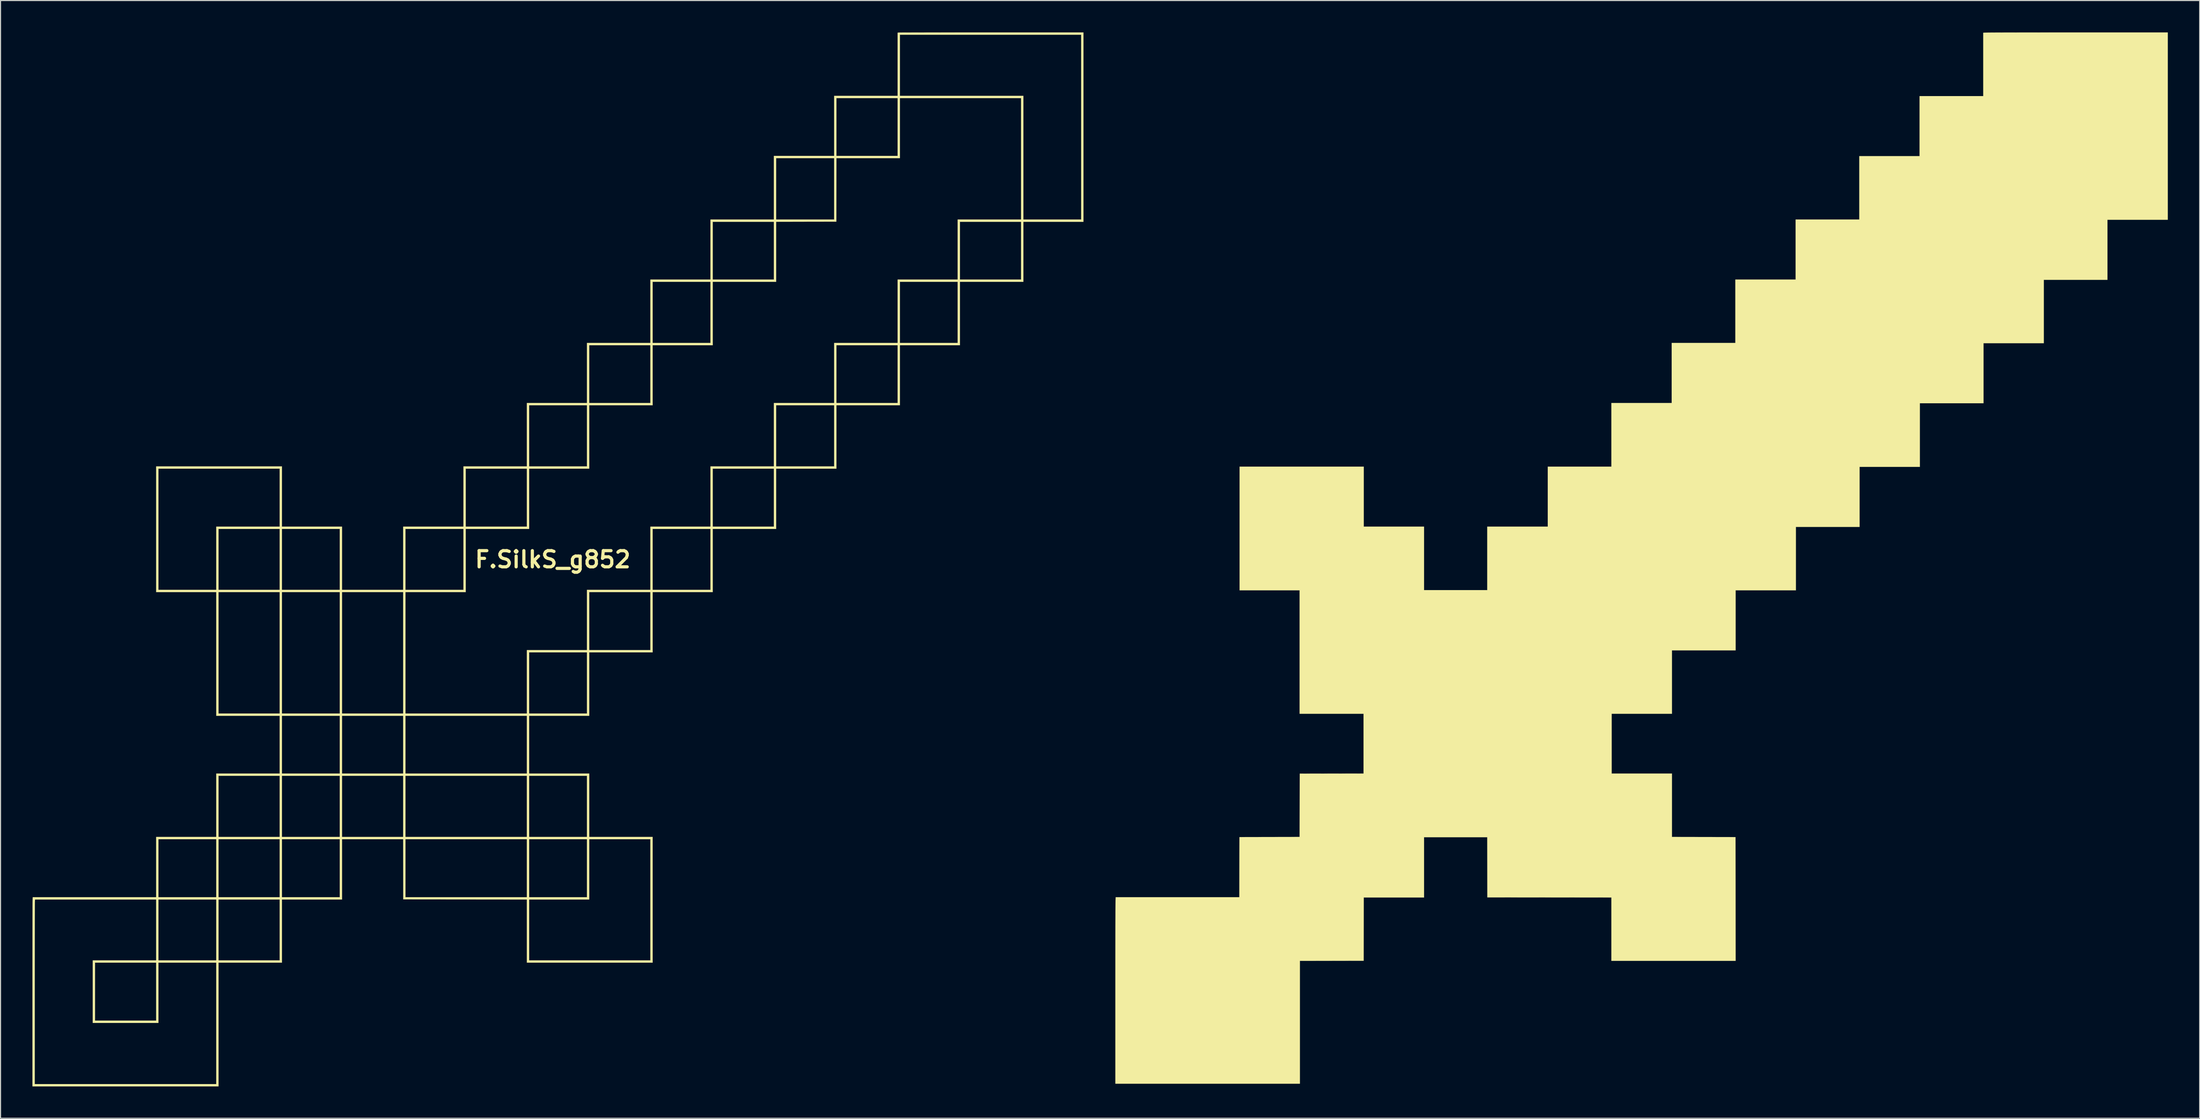
<source format=kicad_pcb>
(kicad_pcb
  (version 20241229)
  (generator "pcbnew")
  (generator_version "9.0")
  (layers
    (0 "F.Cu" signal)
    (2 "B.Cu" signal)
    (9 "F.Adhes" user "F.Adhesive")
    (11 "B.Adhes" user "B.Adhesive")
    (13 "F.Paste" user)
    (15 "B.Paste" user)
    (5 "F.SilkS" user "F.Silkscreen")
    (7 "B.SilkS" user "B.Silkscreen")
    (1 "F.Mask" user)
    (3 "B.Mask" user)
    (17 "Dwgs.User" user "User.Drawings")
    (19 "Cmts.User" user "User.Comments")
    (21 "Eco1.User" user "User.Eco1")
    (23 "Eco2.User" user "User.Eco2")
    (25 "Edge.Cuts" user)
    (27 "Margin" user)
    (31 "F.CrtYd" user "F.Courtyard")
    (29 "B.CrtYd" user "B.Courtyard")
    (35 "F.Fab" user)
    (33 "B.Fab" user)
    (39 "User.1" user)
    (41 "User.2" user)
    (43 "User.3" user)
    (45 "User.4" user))
  (footprint "F.SilkS_g852"
    (layer "F.Cu")
    (at 48.964 49.62)
    (property "Reference" "F.SilkS_g852" (at 0 0 0) (layer "F.SilkS") (effects (font (size 1.524 1.524) (thickness 0.3))))
    (attr through_hole)
    (fp_poly (pts (xy 49.932 -31.792) (xy 44.281 -31.792) (xy 44.281 -26.141) (xy 38.312 -26.141) (xy 38.312 -20.172) (xy 32.66 -20.172) (xy 32.66 -14.52) (xy 26.691 -14.52) (xy 26.691 -8.551) (xy 21.018 -8.551) (xy 21.018 -2.879) (xy 15.05 -2.879) (xy 15.05 3.069) (xy 9.398 3.069) (xy 9.398 8.742) (xy 3.429 8.742) (xy 3.429 14.711) (xy -2.223 14.711) (xy -2.223 20.151) (xy 3.429 20.151) (xy 3.429 26.12) (xy 9.398 26.12) (xy 9.398 37.952) (xy -2.434 37.952) (xy -2.434 32.004) (xy -2.517 32.004) (xy -2.223 32.004) (xy -2.223 37.74) (xy 9.186 37.74) (xy 9.186 26.331) (xy 3.429 26.331) (xy 3.429 32.004) (xy -2.223 32.004) (xy -2.517 32.004) (xy -8.25 31.999) (xy -14.065 31.993) (xy -14.071 29.162) (xy -14.076 26.331) (xy -13.864 26.331) (xy -13.864 31.792) (xy -2.434 31.792) (xy -2.434 26.331) (xy -2.223 26.331) (xy -2.223 31.792) (xy 3.217 31.792) (xy 3.217 26.331) (xy -2.223 26.331) (xy -2.434 26.331) (xy -13.864 26.331) (xy -14.076 26.331) (xy -19.833 26.331) (xy -19.833 32.004) (xy -25.485 32.004) (xy -25.485 37.952) (xy -31.454 37.952) (xy -31.454 49.593) (xy -48.959 49.593) (xy -48.959 49.382) (xy -48.747 49.382) (xy -31.665 49.382) (xy -31.665 37.952) (xy -37.105 37.952) (xy -37.105 43.624) (xy -43.286 43.624) (xy -43.286 37.952) (xy -43.074 37.952) (xy -43.074 43.413) (xy -37.317 43.413) (xy -37.317 37.952) (xy -43.074 37.952) (xy -43.286 37.952) (xy -43.286 37.74) (xy -37.317 37.74) (xy -37.317 32.004) (xy -37.105 32.004) (xy -37.105 37.74) (xy -31.665 37.74) (xy -31.665 32.004) (xy -31.454 32.004) (xy -31.454 37.74) (xy -25.696 37.74) (xy -25.696 32.004) (xy -31.454 32.004) (xy -31.665 32.004) (xy -37.105 32.004) (xy -37.317 32.004) (xy -48.719 32.004) (xy -48.733 32.242) (xy -48.734 32.28) (xy -48.735 32.359) (xy -48.736 32.477) (xy -48.737 32.633) (xy -48.738 32.826) (xy -48.738 33.053) (xy -48.739 33.314) (xy -48.74 33.607) (xy -48.741 33.931) (xy -48.742 34.283) (xy -48.742 34.663) (xy -48.743 35.07) (xy -48.744 35.501) (xy -48.744 35.955) (xy -48.745 36.431) (xy -48.745 36.928) (xy -48.745 37.443) (xy -48.746 37.975) (xy -48.746 38.523) (xy -48.746 39.086) (xy -48.747 39.661) (xy -48.747 40.248) (xy -48.747 40.845) (xy -48.747 40.931) (xy -48.747 49.382) (xy -48.959 49.382) (xy -48.959 41.109) (xy -48.958 40.508) (xy -48.958 39.916) (xy -48.958 39.334) (xy -48.958 38.764) (xy -48.958 38.208) (xy -48.957 37.666) (xy -48.957 37.141) (xy -48.956 36.634) (xy -48.956 36.147) (xy -48.955 35.68) (xy -48.955 35.236) (xy -48.954 34.816) (xy -48.953 34.422) (xy -48.953 34.054) (xy -48.952 33.715) (xy -48.951 33.406) (xy -48.95 33.129) (xy -48.949 32.885) (xy -48.949 32.675) (xy -48.948 32.502) (xy -48.947 32.366) (xy -48.946 32.269) (xy -48.945 32.213) (xy -48.945 32.208) (xy -48.931 31.792) (xy -37.317 31.792) (xy -37.317 26.331) (xy -37.105 26.331) (xy -37.105 31.792) (xy -31.665 31.792) (xy -31.665 26.331) (xy -31.454 26.331) (xy -31.454 31.792) (xy -25.696 31.792) (xy -25.696 26.331) (xy -25.485 26.331) (xy -25.485 31.792) (xy -20.045 31.792) (xy -20.045 26.331) (xy -25.485 26.331) (xy -25.696 26.331) (xy -31.454 26.331) (xy -31.665 26.331) (xy -37.105 26.331) (xy -37.317 26.331) (xy -37.317 26.12) (xy -31.665 26.12) (xy -31.665 20.362) (xy -31.454 20.362) (xy -31.454 26.12) (xy -25.696 26.12) (xy -25.696 20.362) (xy -25.485 20.362) (xy -25.485 26.12) (xy -20.045 26.12) (xy -20.045 20.362) (xy -19.833 20.362) (xy -19.833 26.12) (xy -14.076 26.12) (xy -14.076 20.362) (xy -13.864 20.362) (xy -13.864 26.12) (xy -2.434 26.12) (xy -2.434 20.362) (xy -2.223 20.362) (xy -2.223 26.12) (xy 3.217 26.12) (xy 3.217 20.362) (xy -2.223 20.362) (xy -2.434 20.362) (xy -13.864 20.362) (xy -14.076 20.362) (xy -19.833 20.362) (xy -20.045 20.362) (xy -25.485 20.362) (xy -25.696 20.362) (xy -31.454 20.362) (xy -31.665 20.362) (xy -31.665 20.151) (xy -25.696 20.151) (xy -25.696 14.711) (xy -25.485 14.711) (xy -25.485 20.151) (xy -20.045 20.151) (xy -20.045 14.711) (xy -19.833 14.711) (xy -19.833 20.151) (xy -14.076 20.151) (xy -14.076 14.711) (xy -13.864 14.711) (xy -13.864 20.151) (xy -2.434 20.151) (xy -2.434 14.711) (xy -13.864 14.711) (xy -14.076 14.711) (xy -19.833 14.711) (xy -20.045 14.711) (xy -25.485 14.711) (xy -25.696 14.711) (xy -31.665 14.711) (xy -31.665 3.069) (xy -31.454 3.069) (xy -31.454 14.499) (xy -25.696 14.499) (xy -25.696 3.069) (xy -25.485 3.069) (xy -25.485 14.499) (xy -20.045 14.499) (xy -20.045 3.069) (xy -19.833 3.069) (xy -19.833 14.499) (xy -14.076 14.499) (xy -14.076 3.069) (xy -13.864 3.069) (xy -13.864 14.499) (xy -2.434 14.499) (xy -2.434 8.742) (xy -2.223 8.742) (xy -2.223 14.499) (xy 3.217 14.499) (xy 3.217 8.742) (xy -2.223 8.742) (xy -2.434 8.742) (xy -2.434 8.53) (xy 3.217 8.53) (xy 3.217 3.069) (xy 3.429 3.069) (xy 3.429 8.53) (xy 9.186 8.53) (xy 9.186 3.069) (xy 3.429 3.069) (xy 3.217 3.069) (xy 3.217 2.857) (xy 9.186 2.857) (xy 9.186 -2.879) (xy 9.398 -2.879) (xy 9.398 2.857) (xy 14.838 2.857) (xy 14.838 -2.879) (xy 9.398 -2.879) (xy 9.186 -2.879) (xy 9.186 -3.09) (xy 14.838 -3.09) (xy 14.838 -8.551) (xy 15.05 -8.551) (xy 15.05 -3.09) (xy 20.807 -3.09) (xy 20.807 -8.551) (xy 15.05 -8.551) (xy 14.838 -8.551) (xy 14.838 -8.763) (xy 20.807 -8.763) (xy 20.807 -14.52) (xy 21.018 -14.52) (xy 21.018 -8.763) (xy 26.48 -8.763) (xy 26.48 -14.52) (xy 21.018 -14.52) (xy 20.807 -14.52) (xy 20.807 -14.732) (xy 26.48 -14.732) (xy 26.48 -20.172) (xy 26.691 -20.172) (xy 26.691 -14.732) (xy 32.449 -14.732) (xy 32.449 -20.172) (xy 26.691 -20.172) (xy 26.48 -20.172) (xy 26.48 -20.384) (xy 32.449 -20.384) (xy 32.449 -26.141) (xy 32.66 -26.141) (xy 32.66 -20.384) (xy 38.1 -20.384) (xy 38.1 -26.141) (xy 32.66 -26.141) (xy 32.449 -26.141) (xy 32.449 -26.352) (xy 38.1 -26.352) (xy 38.1 -31.792) (xy 38.312 -31.792) (xy 38.312 -26.352) (xy 44.069 -26.352) (xy 44.069 -31.792) (xy 38.312 -31.792) (xy 38.1 -31.792) (xy 38.1 -32.004) (xy 44.069 -32.004) (xy 44.069 -43.434) (xy 32.66 -43.434) (xy 32.66 -37.782) (xy 26.691 -37.782) (xy 26.686 -34.793) (xy 26.681 -31.803) (xy 23.85 -31.798) (xy 21.018 -31.792) (xy 21.018 -26.141) (xy 15.05 -26.141) (xy 15.05 -20.172) (xy 9.398 -20.172) (xy 9.398 -14.52) (xy 3.429 -14.52) (xy 3.429 -8.551) (xy -2.223 -8.551) (xy -2.223 -2.879) (xy -8.191 -2.879) (xy -8.191 3.069) (xy -13.864 3.069) (xy -14.076 3.069) (xy -19.833 3.069) (xy -20.045 3.069) (xy -25.485 3.069) (xy -25.696 3.069) (xy -31.454 3.069) (xy -31.665 3.069) (xy -37.317 3.069) (xy -37.317 -8.551) (xy -37.105 -8.551) (xy -37.105 2.857) (xy -31.665 2.857) (xy -31.665 -2.879) (xy -31.454 -2.879) (xy -31.454 2.857) (xy -25.696 2.857) (xy -25.696 -2.879) (xy -25.485 -2.879) (xy -25.485 2.857) (xy -20.045 2.857) (xy -20.045 -2.879) (xy -25.485 -2.879) (xy -25.696 -2.879) (xy -31.454 -2.879) (xy -31.665 -2.879) (xy -31.665 -3.09) (xy -25.696 -3.09) (xy -25.696 -8.551) (xy -37.105 -8.551) (xy -37.317 -8.551) (xy -37.317 -8.763) (xy -25.485 -8.763) (xy -25.485 -3.09) (xy -19.833 -3.09) (xy -19.833 2.857) (xy -14.076 2.857) (xy -14.076 -2.879) (xy -13.864 -2.879) (xy -13.864 2.857) (xy -8.403 2.857) (xy -8.403 -2.879) (xy -13.864 -2.879) (xy -14.076 -2.879) (xy -14.076 -3.09) (xy -8.403 -3.09) (xy -8.403 -8.551) (xy -8.191 -8.551) (xy -8.191 -3.09) (xy -2.434 -3.09) (xy -2.434 -8.551) (xy -8.191 -8.551) (xy -8.403 -8.551) (xy -8.403 -8.763) (xy -2.434 -8.763) (xy -2.434 -14.52) (xy -2.223 -14.52) (xy -2.223 -8.763) (xy 3.217 -8.763) (xy 3.217 -14.52) (xy -2.223 -14.52) (xy -2.434 -14.52) (xy -2.434 -14.732) (xy 3.217 -14.732) (xy 3.217 -20.172) (xy 3.429 -20.172) (xy 3.429 -14.732) (xy 9.186 -14.732) (xy 9.186 -20.172) (xy 3.429 -20.172) (xy 3.217 -20.172) (xy 3.217 -20.384) (xy 9.186 -20.384) (xy 9.186 -26.141) (xy 9.398 -26.141) (xy 9.398 -20.384) (xy 14.838 -20.384) (xy 14.838 -26.141) (xy 9.398 -26.141) (xy 9.186 -26.141) (xy 9.186 -26.352) (xy 14.838 -26.352) (xy 14.838 -31.792) (xy 15.05 -31.792) (xy 15.05 -26.352) (xy 20.807 -26.352) (xy 20.807 -31.792) (xy 15.05 -31.792) (xy 14.838 -31.792) (xy 14.838 -32.004) (xy 20.807 -32.004) (xy 20.807 -37.782) (xy 21.018 -37.782) (xy 21.018 -32.004) (xy 26.48 -32.004) (xy 26.48 -37.782) (xy 21.018 -37.782) (xy 20.807 -37.782) (xy 20.807 -37.994) (xy 26.48 -37.994) (xy 26.48 -43.434) (xy 26.691 -43.434) (xy 26.691 -37.994) (xy 32.449 -37.994) (xy 32.449 -43.434) (xy 26.691 -43.434) (xy 26.48 -43.434) (xy 26.48 -43.646) (xy 32.449 -43.646) (xy 32.449 -49.403) (xy 32.66 -49.403) (xy 32.66 -43.646) (xy 44.281 -43.646) (xy 44.281 -32.004) (xy 49.721 -32.004) (xy 49.721 -49.403) (xy 32.66 -49.403) (xy 32.449 -49.403) (xy 32.449 -49.588) (xy 32.547 -49.601) (xy 32.575 -49.602) (xy 32.643 -49.603) (xy 32.752 -49.604) (xy 32.898 -49.605) (xy 33.081 -49.606) (xy 33.299 -49.607) (xy 33.551 -49.607) (xy 33.835 -49.608) (xy 34.15 -49.609) (xy 34.495 -49.61) (xy 34.868 -49.61) (xy 35.268 -49.611) (xy 35.692 -49.611) (xy 36.141 -49.612) (xy 36.612 -49.613) (xy 37.104 -49.613) (xy 37.616 -49.613) (xy 38.145 -49.614) (xy 38.692 -49.614) (xy 39.253 -49.614) (xy 39.829 -49.614) (xy 40.417 -49.615) (xy 41.016 -49.615) (xy 41.289 -49.615) (xy 49.932 -49.615) (xy 49.932 -31.792)) (stroke (width 0.01) (type solid)) (fill yes) (layer "F.SilkS")))
  (footprint "F.SilkS_g3377"
    (layer "F.Cu")
    (at 151.287 48.964)
    (property "Reference" "F.SilkS_g3377" (at 0 0 0) (layer "F.SilkS") (effects (font (size 1.524 1.524) (thickness 0.3))))
    (attr through_hole)
    (fp_poly (pts (xy 49.636 -31.327) (xy 43.963 -31.327) (xy 43.963 -25.675) (xy 37.973 -25.675) (xy 37.973 -19.706) (xy 32.3 -19.706) (xy 32.3 -14.055) (xy 26.31 -14.055) (xy 26.31 -8.065) (xy 20.637 -8.065) (xy 20.637 -2.413) (xy 14.647 -2.413) (xy 14.647 3.556) (xy 8.975 3.556) (xy 8.975 9.207) (xy 2.985 9.207) (xy 2.985 15.177) (xy -2.688 15.177) (xy -2.688 20.807) (xy 2.985 20.807) (xy 2.985 26.776) (xy 5.974 26.781) (xy 8.964 26.786) (xy 8.969 32.613) (xy 8.975 38.439) (xy -2.709 38.439) (xy -2.709 32.47) (xy -8.546 32.464) (xy -14.383 32.459) (xy -14.388 29.628) (xy -14.393 26.797) (xy -20.341 26.797) (xy -20.341 32.47) (xy -26.014 32.47) (xy -26.019 35.449) (xy -26.024 38.428) (xy -32.025 38.439) (xy -32.025 49.996) (xy -49.382 49.996) (xy -49.382 41.479) (xy -49.382 40.879) (xy -49.382 40.288) (xy -49.382 39.708) (xy -49.381 39.141) (xy -49.381 38.587) (xy -49.381 38.05) (xy -49.38 37.529) (xy -49.38 37.027) (xy -49.379 36.545) (xy -49.379 36.084) (xy -49.378 35.646) (xy -49.378 35.232) (xy -49.377 34.845) (xy -49.376 34.484) (xy -49.375 34.153) (xy -49.375 33.851) (xy -49.374 33.581) (xy -49.373 33.345) (xy -49.372 33.143) (xy -49.371 32.977) (xy -49.37 32.849) (xy -49.369 32.76) (xy -49.368 32.711) (xy -49.368 32.706) (xy -49.354 32.449) (xy -37.719 32.449) (xy -37.714 29.617) (xy -37.708 26.786) (xy -34.877 26.781) (xy -32.046 26.776) (xy -32.041 23.797) (xy -32.036 20.817) (xy -29.035 20.812) (xy -26.035 20.807) (xy -26.035 15.177) (xy -32.046 15.177) (xy -32.046 3.556) (xy -37.698 3.556) (xy -37.698 -8.086) (xy -26.014 -8.086) (xy -26.014 -2.434) (xy -20.341 -2.434) (xy -20.341 3.535) (xy -14.393 3.535) (xy -14.393 -2.434) (xy -8.7 -2.434) (xy -8.7 -8.086) (xy -2.709 -8.086) (xy -2.709 -14.076) (xy 2.963 -14.076) (xy 2.963 -19.727) (xy 8.954 -19.727) (xy 8.954 -25.696) (xy 14.626 -25.696) (xy 14.626 -31.348) (xy 20.616 -31.348) (xy 20.616 -37.317) (xy 26.289 -37.317) (xy 26.289 -42.968) (xy 32.279 -42.968) (xy 32.279 -48.931) (xy 32.771 -48.944) (xy 32.828 -48.945) (xy 32.925 -48.946) (xy 33.062 -48.947) (xy 33.236 -48.948) (xy 33.447 -48.949) (xy 33.692 -48.95) (xy 33.97 -48.951) (xy 34.279 -48.952) (xy 34.618 -48.953) (xy 34.986 -48.953) (xy 35.38 -48.954) (xy 35.8 -48.955) (xy 36.243 -48.955) (xy 36.708 -48.956) (xy 37.194 -48.956) (xy 37.698 -48.957) (xy 38.22 -48.957) (xy 38.758 -48.958) (xy 39.31 -48.958) (xy 39.875 -48.958) (xy 40.451 -48.958) (xy 41.037 -48.958) (xy 41.45 -48.958) (xy 49.636 -48.959) (xy 49.636 -31.327)) (stroke (width 0.01) (type solid)) (fill yes) (layer "F.SilkS")))
  (gr_rect
    (start -3 -3)
    (end 203.928 102.218)
    (stroke (width 0.1) (type default))
    (fill no)
    (layer "Edge.Cuts")))
</source>
